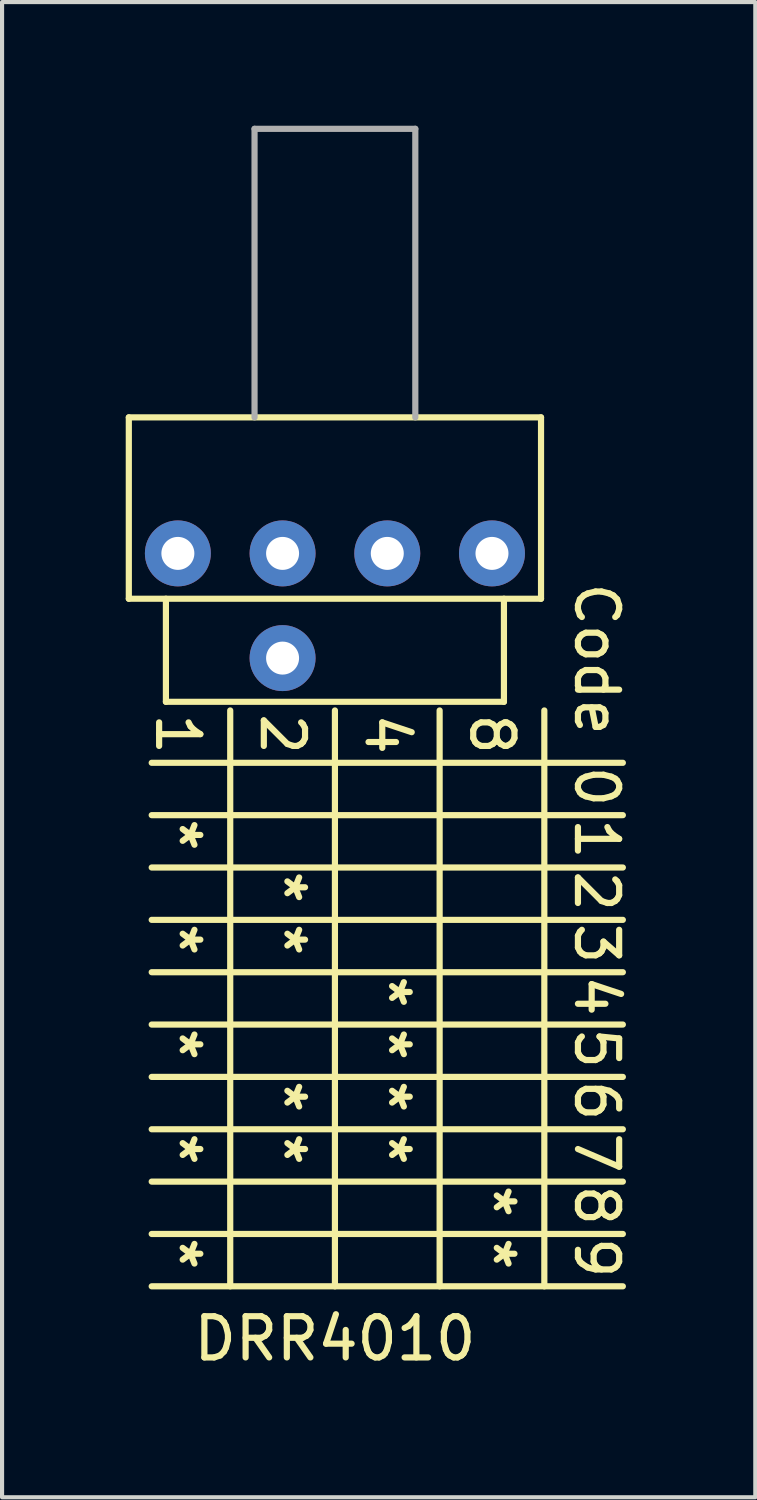
<source format=kicad_pcb>
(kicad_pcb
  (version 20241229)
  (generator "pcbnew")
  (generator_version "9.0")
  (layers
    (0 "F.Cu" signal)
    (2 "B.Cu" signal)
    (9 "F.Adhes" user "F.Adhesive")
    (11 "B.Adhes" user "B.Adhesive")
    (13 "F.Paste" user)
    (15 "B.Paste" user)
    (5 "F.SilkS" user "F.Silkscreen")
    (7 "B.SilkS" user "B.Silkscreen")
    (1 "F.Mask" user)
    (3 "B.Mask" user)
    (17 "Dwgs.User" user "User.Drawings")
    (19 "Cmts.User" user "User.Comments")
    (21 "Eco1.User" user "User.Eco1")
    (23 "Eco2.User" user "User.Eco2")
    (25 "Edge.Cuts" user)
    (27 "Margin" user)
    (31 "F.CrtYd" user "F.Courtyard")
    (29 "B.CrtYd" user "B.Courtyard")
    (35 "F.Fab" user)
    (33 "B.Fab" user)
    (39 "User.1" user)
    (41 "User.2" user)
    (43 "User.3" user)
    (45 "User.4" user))
  (footprint "DRR4010"
    (layer "F.Cu")
    (at 5.075 10.375)
    (property "Reference" "DRR4010" (at 0 19.05 0) (layer "F.SilkS") (effects (font (size 1 1) (thickness 0.15))))
    (attr through_hole)
    (fp_line (start -5 -3.3) (end -5 1.1) (stroke (width 0.15) (type solid)) (layer "F.SilkS"))
    (fp_line (start -5 -3.3) (end 5 -3.3) (stroke (width 0.15) (type solid)) (layer "F.SilkS"))
    (fp_line (start -5 1.1) (end 5 1.1) (stroke (width 0.15) (type solid)) (layer "F.SilkS"))
    (fp_line (start -4.445 5.08) (end 6.985 5.08) (stroke (width 0.15) (type solid)) (layer "F.SilkS"))
    (fp_line (start -4.445 6.35) (end 6.985 6.35) (stroke (width 0.15) (type solid)) (layer "F.SilkS"))
    (fp_line (start -4.445 7.62) (end 6.985 7.62) (stroke (width 0.15) (type solid)) (layer "F.SilkS"))
    (fp_line (start -4.445 8.89) (end 6.985 8.89) (stroke (width 0.15) (type solid)) (layer "F.SilkS"))
    (fp_line (start -4.445 10.16) (end 6.985 10.16) (stroke (width 0.15) (type solid)) (layer "F.SilkS"))
    (fp_line (start -4.445 11.43) (end 6.985 11.43) (stroke (width 0.15) (type solid)) (layer "F.SilkS"))
    (fp_line (start -4.445 12.7) (end 6.985 12.7) (stroke (width 0.15) (type solid)) (layer "F.SilkS"))
    (fp_line (start -4.445 13.97) (end 6.985 13.97) (stroke (width 0.15) (type solid)) (layer "F.SilkS"))
    (fp_line (start -4.445 15.24) (end 6.985 15.24) (stroke (width 0.15) (type solid)) (layer "F.SilkS"))
    (fp_line (start -4.445 16.51) (end 6.985 16.51) (stroke (width 0.15) (type solid)) (layer "F.SilkS"))
    (fp_line (start -4.445 17.78) (end 6.985 17.78) (stroke (width 0.15) (type solid)) (layer "F.SilkS"))
    (fp_line (start -4.1 1.1) (end -4.1 3.6) (stroke (width 0.15) (type solid)) (layer "F.SilkS"))
    (fp_line (start -4.1 3.6) (end 4.1 3.6) (stroke (width 0.15) (type solid)) (layer "F.SilkS"))
    (fp_line (start -2.54 3.81) (end -2.54 17.78) (stroke (width 0.15) (type solid)) (layer "F.SilkS"))
    (fp_line (start 0 3.81) (end 0 17.78) (stroke (width 0.15) (type solid)) (layer "F.SilkS"))
    (fp_line (start 2.54 3.81) (end 2.54 17.78) (stroke (width 0.15) (type solid)) (layer "F.SilkS"))
    (fp_line (start 4.1 1.1) (end 4.1 3.6) (stroke (width 0.15) (type solid)) (layer "F.SilkS"))
    (fp_line (start 5 -3.3) (end 5 1.1) (stroke (width 0.15) (type solid)) (layer "F.SilkS"))
    (fp_line (start 5.08 3.81) (end 5.08 17.78) (stroke (width 0.15) (type solid)) (layer "F.SilkS"))
    (fp_line (start -1.95 -10.3) (end -1.95 -3.3) (stroke (width 0.15) (type solid)) (layer "F.Fab"))
    (fp_line (start -1.95 -10.3) (end 1.95 -10.3) (stroke (width 0.15) (type solid)) (layer "F.Fab"))
    (fp_line (start 1.95 -10.3) (end 1.95 -3.3) (stroke (width 0.15) (type solid)) (layer "F.Fab"))
    (fp_text user "6" (at 6.35 12.7 270) (unlocked yes) (layer "F.SilkS") (effects (font (size 1 1) (thickness 0.15)) (justify left)))
    (fp_text user "2" (at -1.27 3.81 270) (unlocked yes) (layer "F.SilkS") (effects (font (size 1 1) (thickness 0.15)) (justify left)))
    (fp_text user "*" (at 1.27 12.7 270) (unlocked yes) (layer "F.SilkS") (effects (font (size 1 1) (thickness 0.15)) (justify left)))
    (fp_text user "Code" (at 6.35 0.635 270) (unlocked yes) (layer "F.SilkS") (effects (font (size 1 1) (thickness 0.15)) (justify left)))
    (fp_text user "*" (at 1.27 10.16 270) (unlocked yes) (layer "F.SilkS") (effects (font (size 1 1) (thickness 0.15)) (justify left)))
    (fp_text user "4" (at 1.27 3.81 270) (unlocked yes) (layer "F.SilkS") (effects (font (size 1 1) (thickness 0.15)) (justify left)))
    (fp_text user "9" (at 6.35 16.51 270) (unlocked yes) (layer "F.SilkS") (effects (font (size 1 1) (thickness 0.15)) (justify left)))
    (fp_text user "8" (at 3.81 3.81 270) (unlocked yes) (layer "F.SilkS") (effects (font (size 1 1) (thickness 0.15)) (justify left)))
    (fp_text user "*" (at 1.27 11.43 270) (unlocked yes) (layer "F.SilkS") (effects (font (size 1 1) (thickness 0.15)) (justify left)))
    (fp_text user "1" (at -3.81 3.81 270) (unlocked yes) (layer "F.SilkS") (effects (font (size 1 1) (thickness 0.15)) (justify left)))
    (fp_text user "*" (at -1.27 13.97 270) (unlocked yes) (layer "F.SilkS") (effects (font (size 1 1) (thickness 0.15)) (justify left)))
    (fp_text user "3" (at 6.35 8.89 270) (unlocked yes) (layer "F.SilkS") (effects (font (size 1 1) (thickness 0.15)) (justify left)))
    (fp_text user "*" (at -1.27 8.89 270) (unlocked yes) (layer "F.SilkS") (effects (font (size 1 1) (thickness 0.15)) (justify left)))
    (fp_text user "*" (at -3.81 6.35 270) (unlocked yes) (layer "F.SilkS") (effects (font (size 1 1) (thickness 0.15)) (justify left)))
    (fp_text user "*" (at -3.81 11.43 270) (unlocked yes) (layer "F.SilkS") (effects (font (size 1 1) (thickness 0.15)) (justify left)))
    (fp_text user "*" (at 1.27 13.97 270) (unlocked yes) (layer "F.SilkS") (effects (font (size 1 1) (thickness 0.15)) (justify left)))
    (fp_text user "*" (at -1.27 7.62 270) (unlocked yes) (layer "F.SilkS") (effects (font (size 1 1) (thickness 0.15)) (justify left)))
    (fp_text user "4" (at 6.35 10.16 270) (unlocked yes) (layer "F.SilkS") (effects (font (size 1 1) (thickness 0.15)) (justify left)))
    (fp_text user "*" (at -3.81 8.89 270) (unlocked yes) (layer "F.SilkS") (effects (font (size 1 1) (thickness 0.15)) (justify left)))
    (fp_text user "5" (at 6.35 11.43 270) (unlocked yes) (layer "F.SilkS") (effects (font (size 1 1) (thickness 0.15)) (justify left)))
    (fp_text user "1" (at 6.35 6.35 270) (unlocked yes) (layer "F.SilkS") (effects (font (size 1 1) (thickness 0.15)) (justify left)))
    (fp_text user "7" (at 6.35 13.97 270) (unlocked yes) (layer "F.SilkS") (effects (font (size 1 1) (thickness 0.15)) (justify left)))
    (fp_text user "*" (at -3.81 13.97 270) (unlocked yes) (layer "F.SilkS") (effects (font (size 1 1) (thickness 0.15)) (justify left)))
    (fp_text user "*" (at -3.81 16.51 270) (unlocked yes) (layer "F.SilkS") (effects (font (size 1 1) (thickness 0.15)) (justify left)))
    (fp_text user "*" (at -1.27 12.7 270) (unlocked yes) (layer "F.SilkS") (effects (font (size 1 1) (thickness 0.15)) (justify left)))
    (fp_text user "*" (at 3.81 15.24 270) (unlocked yes) (layer "F.SilkS") (effects (font (size 1 1) (thickness 0.15)) (justify left)))
    (fp_text user "*" (at 3.81 16.51 270) (unlocked yes) (layer "F.SilkS") (effects (font (size 1 1) (thickness 0.15)) (justify left)))
    (fp_text user "2" (at 6.35 7.62 270) (unlocked yes) (layer "F.SilkS") (effects (font (size 1 1) (thickness 0.15)) (justify left)))
    (fp_text user "0" (at 6.35 5.08 270) (unlocked yes) (layer "F.SilkS") (effects (font (size 1 1) (thickness 0.15)) (justify left)))
    (fp_text user "8" (at 6.35 15.24 270) (unlocked yes) (layer "F.SilkS") (effects (font (size 1 1) (thickness 0.15)) (justify left)))
    (pad "1" thru_hole circle (at -3.81 0) (size 1.6 1.6) (drill 0.8) (layers "*.Cu" "*.Mask"))
    (pad "2" thru_hole circle (at -1.27 0) (size 1.6 1.6) (drill 0.8) (layers "*.Cu" "*.Mask"))
    (pad "4" thru_hole circle (at 1.27 0) (size 1.6 1.6) (drill 0.8) (layers "*.Cu" "*.Mask"))
    (pad "8" thru_hole circle (at 3.81 0) (size 1.6 1.6) (drill 0.8) (layers "*.Cu" "*.Mask"))
    (pad "C" thru_hole circle (at -1.27 2.54) (size 1.6 1.6) (drill 0.8) (layers "*.Cu" "*.Mask")))
  (gr_rect
    (start -3 -3)
    (end 15.273 33.273)
    (stroke (width 0.1) (type default))
    (fill no)
    (layer "Edge.Cuts")))
</source>
